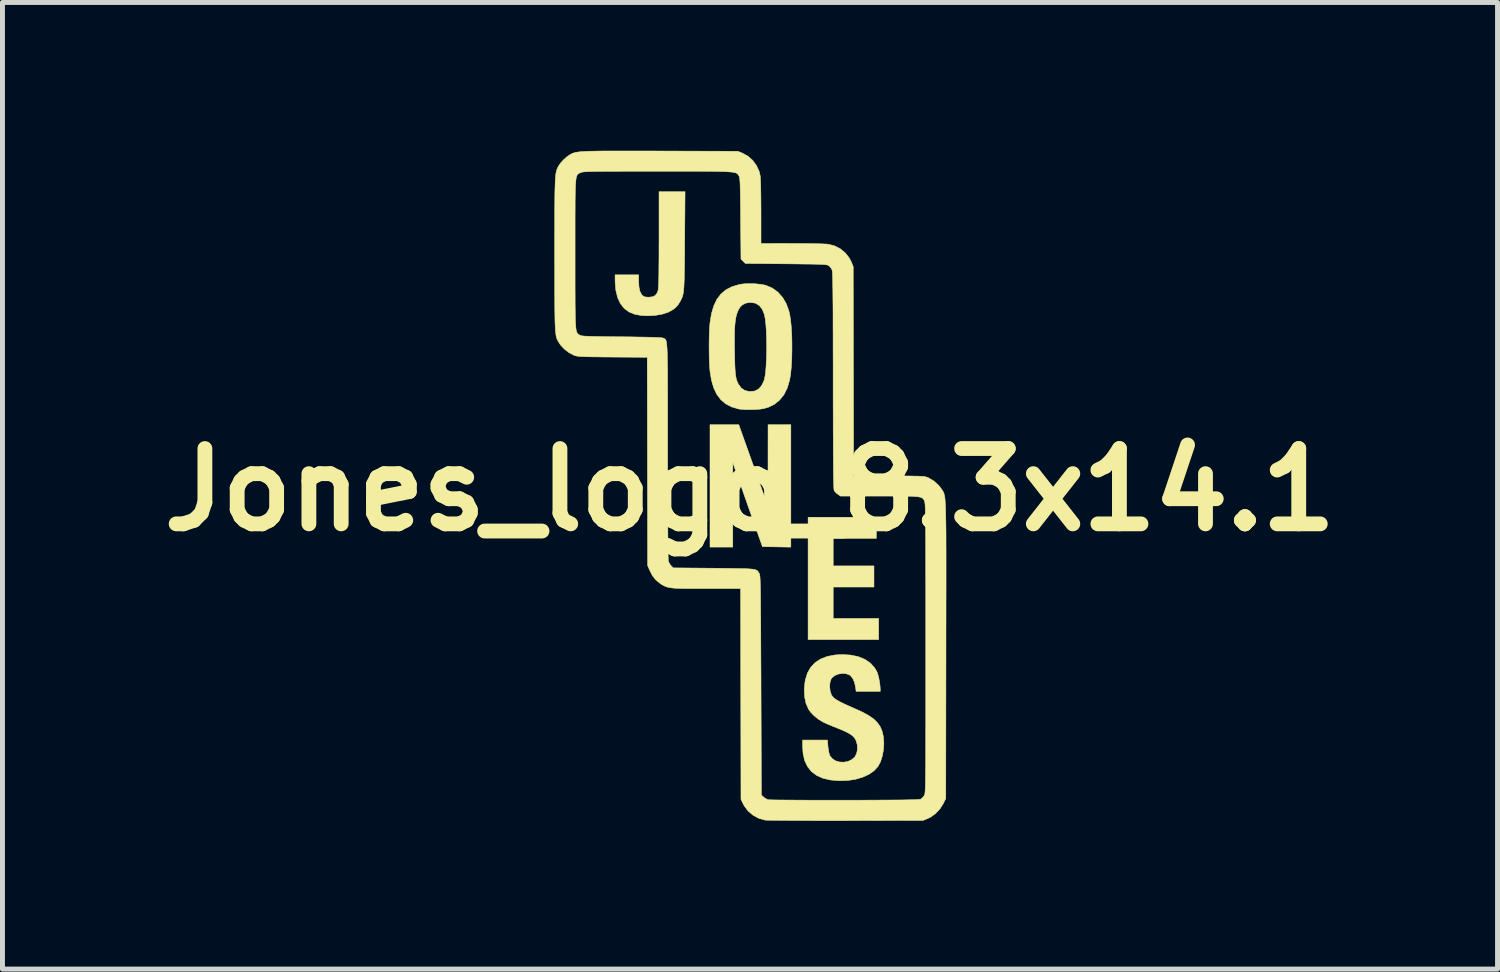
<source format=kicad_pcb>
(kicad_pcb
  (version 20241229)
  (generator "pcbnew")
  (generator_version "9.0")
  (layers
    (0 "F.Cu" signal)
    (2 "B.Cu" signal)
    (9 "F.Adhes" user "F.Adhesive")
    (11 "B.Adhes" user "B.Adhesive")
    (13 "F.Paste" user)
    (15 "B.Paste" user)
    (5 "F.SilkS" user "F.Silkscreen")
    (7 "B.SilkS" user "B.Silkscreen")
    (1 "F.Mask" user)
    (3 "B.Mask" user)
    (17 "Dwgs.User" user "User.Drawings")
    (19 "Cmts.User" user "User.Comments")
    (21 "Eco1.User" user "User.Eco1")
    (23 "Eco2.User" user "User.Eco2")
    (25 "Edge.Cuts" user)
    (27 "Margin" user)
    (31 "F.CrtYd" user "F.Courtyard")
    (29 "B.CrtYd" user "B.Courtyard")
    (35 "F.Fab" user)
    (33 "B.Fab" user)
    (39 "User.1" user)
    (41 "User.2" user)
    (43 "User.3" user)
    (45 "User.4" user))
  (footprint "Jones_logo_8.3x14.1"
    (layer "F.Cu")
    (at 12.127 6.861)
    (property "Reference" "Jones_logo_8.3x14.1" (at 0 0 0) (layer "F.SilkS") (effects (font (size 1.524 1.524) (thickness 0.3))))
    (attr through_hole)
    (fp_poly (pts (xy 2.556 0.984) (xy 1.683 0.984) (xy 1.683 1.54) (xy 2.508 1.54) (xy 2.508 1.968) (xy 1.683 1.968) (xy 1.683 2.603) (xy 2.603 2.603) (xy 2.603 3.032) (xy 1.175 3.032) (xy 1.175 0.556) (xy 2.556 0.556) (xy 2.556 0.984)) (stroke (width 0.01) (type solid)) (fill yes) (layer "F.SilkS"))
    (fp_poly (pts (xy 0.068 -0.488) (xy 0.364 0.341) (xy 0.364 -0.488) (xy 0.365 -1.318) (xy 0.826 -1.318) (xy 0.826 1.16) (xy 0.251 1.151) (xy -0.049 0.302) (xy -0.348 -0.548) (xy -0.349 0.306) (xy -0.349 1.159) (xy -0.81 1.159) (xy -0.81 -1.318) (xy -0.228 -1.318) (xy 0.068 -0.488)) (stroke (width 0.01) (type solid)) (fill yes) (layer "F.SilkS"))
    (fp_poly (pts (xy -1.322 -5.044) (xy -1.323 -4.833) (xy -1.325 -4.651) (xy -1.326 -4.496) (xy -1.329 -4.364) (xy -1.331 -4.255) (xy -1.335 -4.164) (xy -1.339 -4.09) (xy -1.344 -4.029) (xy -1.351 -3.98) (xy -1.359 -3.94) (xy -1.369 -3.906) (xy -1.381 -3.876) (xy -1.395 -3.847) (xy -1.41 -3.818) (xy -1.454 -3.746) (xy -1.502 -3.691) (xy -1.556 -3.648) (xy -1.653 -3.594) (xy -1.773 -3.555) (xy -1.912 -3.53) (xy -2.065 -3.521) (xy -2.192 -3.526) (xy -2.331 -3.55) (xy -2.449 -3.599) (xy -2.546 -3.671) (xy -2.623 -3.768) (xy -2.679 -3.889) (xy -2.715 -4.034) (xy -2.73 -4.203) (xy -2.73 -4.243) (xy -2.731 -4.35) (xy -2.254 -4.35) (xy -2.254 -4.23) (xy -2.248 -4.11) (xy -2.229 -4.018) (xy -2.196 -3.953) (xy -2.18 -3.934) (xy -2.149 -3.912) (xy -2.112 -3.901) (xy -2.055 -3.897) (xy -2.048 -3.897) (xy -1.97 -3.906) (xy -1.915 -3.935) (xy -1.877 -3.987) (xy -1.859 -4.041) (xy -1.855 -4.074) (xy -1.851 -4.138) (xy -1.848 -4.232) (xy -1.845 -4.358) (xy -1.844 -4.514) (xy -1.842 -4.702) (xy -1.842 -4.921) (xy -1.841 -5.071) (xy -1.841 -6.032) (xy -1.315 -6.032) (xy -1.322 -5.044)) (stroke (width 0.01) (type solid)) (fill yes) (layer "F.SilkS"))
    (fp_poly (pts (xy 0.111 -4.168) (xy 0.213 -4.158) (xy 0.298 -4.143) (xy 0.324 -4.136) (xy 0.453 -4.08) (xy 0.566 -3.997) (xy 0.66 -3.891) (xy 0.735 -3.762) (xy 0.788 -3.613) (xy 0.801 -3.558) (xy 0.82 -3.443) (xy 0.834 -3.303) (xy 0.844 -3.146) (xy 0.848 -2.978) (xy 0.848 -2.807) (xy 0.844 -2.639) (xy 0.835 -2.481) (xy 0.821 -2.34) (xy 0.802 -2.224) (xy 0.801 -2.22) (xy 0.755 -2.063) (xy 0.688 -1.928) (xy 0.601 -1.818) (xy 0.495 -1.731) (xy 0.369 -1.669) (xy 0.274 -1.643) (xy 0.202 -1.632) (xy 0.111 -1.625) (xy 0.011 -1.622) (xy -0.088 -1.623) (xy -0.174 -1.628) (xy -0.23 -1.635) (xy -0.37 -1.676) (xy -0.49 -1.738) (xy -0.59 -1.822) (xy -0.671 -1.93) (xy -0.735 -2.062) (xy -0.781 -2.22) (xy -0.81 -2.4) (xy -0.818 -2.493) (xy -0.824 -2.61) (xy -0.827 -2.743) (xy -0.828 -2.884) (xy -0.828 -2.95) (xy -0.315 -2.95) (xy -0.313 -2.798) (xy -0.31 -2.65) (xy -0.307 -2.529) (xy -0.302 -2.432) (xy -0.296 -2.355) (xy -0.288 -2.293) (xy -0.277 -2.242) (xy -0.263 -2.198) (xy -0.245 -2.157) (xy -0.234 -2.135) (xy -0.179 -2.06) (xy -0.107 -2.011) (xy -0.021 -1.989) (xy 0.075 -1.995) (xy 0.099 -2.001) (xy 0.171 -2.037) (xy 0.231 -2.102) (xy 0.277 -2.193) (xy 0.287 -2.223) (xy 0.303 -2.291) (xy 0.316 -2.386) (xy 0.325 -2.502) (xy 0.332 -2.633) (xy 0.336 -2.774) (xy 0.337 -2.919) (xy 0.335 -3.063) (xy 0.33 -3.201) (xy 0.322 -3.326) (xy 0.311 -3.434) (xy 0.297 -3.519) (xy 0.287 -3.556) (xy 0.246 -3.655) (xy 0.191 -3.725) (xy 0.122 -3.769) (xy 0.094 -3.779) (xy -0.000225 -3.791) (xy -0.086 -3.777) (xy -0.159 -3.739) (xy -0.204 -3.691) (xy -0.235 -3.641) (xy -0.259 -3.585) (xy -0.279 -3.521) (xy -0.294 -3.444) (xy -0.305 -3.352) (xy -0.312 -3.241) (xy -0.315 -3.108) (xy -0.315 -2.95) (xy -0.828 -2.95) (xy -0.827 -3.026) (xy -0.824 -3.16) (xy -0.819 -3.278) (xy -0.811 -3.374) (xy -0.81 -3.38) (xy -0.78 -3.564) (xy -0.734 -3.721) (xy -0.671 -3.853) (xy -0.589 -3.961) (xy -0.489 -4.046) (xy -0.368 -4.109) (xy -0.226 -4.152) (xy -0.18 -4.161) (xy -0.096 -4.17) (xy 0.005 -4.172) (xy 0.111 -4.168)) (stroke (width 0.01) (type solid)) (fill yes) (layer "F.SilkS"))
    (fp_poly (pts (xy 2.041 3.345) (xy 2.195 3.378) (xy 2.327 3.433) (xy 2.437 3.509) (xy 2.524 3.607) (xy 2.569 3.684) (xy 2.589 3.742) (xy 2.608 3.82) (xy 2.624 3.908) (xy 2.633 3.994) (xy 2.635 4.036) (xy 2.635 4.08) (xy 2.147 4.08) (xy 2.136 3.997) (xy 2.114 3.895) (xy 2.077 3.814) (xy 2.029 3.758) (xy 2.013 3.747) (xy 1.945 3.721) (xy 1.867 3.716) (xy 1.788 3.729) (xy 1.716 3.758) (xy 1.66 3.802) (xy 1.64 3.831) (xy 1.618 3.899) (xy 1.612 3.981) (xy 1.62 4.065) (xy 1.643 4.139) (xy 1.65 4.155) (xy 1.673 4.187) (xy 1.704 4.218) (xy 1.749 4.25) (xy 1.811 4.286) (xy 1.892 4.326) (xy 1.996 4.374) (xy 2.124 4.43) (xy 2.278 4.5) (xy 2.403 4.569) (xy 2.502 4.638) (xy 2.578 4.712) (xy 2.634 4.792) (xy 2.672 4.882) (xy 2.696 4.984) (xy 2.699 5) (xy 2.708 5.129) (xy 2.7 5.261) (xy 2.677 5.388) (xy 2.641 5.502) (xy 2.592 5.594) (xy 2.591 5.596) (xy 2.511 5.684) (xy 2.406 5.758) (xy 2.279 5.816) (xy 2.135 5.858) (xy 1.978 5.882) (xy 1.81 5.888) (xy 1.636 5.873) (xy 1.628 5.872) (xy 1.477 5.837) (xy 1.35 5.781) (xy 1.245 5.703) (xy 1.165 5.604) (xy 1.107 5.484) (xy 1.074 5.342) (xy 1.064 5.195) (xy 1.064 5.064) (xy 1.567 5.064) (xy 1.577 5.194) (xy 1.587 5.273) (xy 1.602 5.341) (xy 1.616 5.38) (xy 1.665 5.442) (xy 1.732 5.485) (xy 1.812 5.508) (xy 1.897 5.512) (xy 1.981 5.497) (xy 2.058 5.461) (xy 2.12 5.406) (xy 2.124 5.401) (xy 2.158 5.333) (xy 2.174 5.249) (xy 2.17 5.16) (xy 2.146 5.076) (xy 2.146 5.075) (xy 2.119 5.027) (xy 2.081 4.984) (xy 2.027 4.943) (xy 1.954 4.903) (xy 1.858 4.859) (xy 1.775 4.826) (xy 1.689 4.792) (xy 1.605 4.757) (xy 1.531 4.725) (xy 1.477 4.699) (xy 1.473 4.697) (xy 1.383 4.642) (xy 1.297 4.573) (xy 1.224 4.497) (xy 1.183 4.438) (xy 1.133 4.324) (xy 1.105 4.191) (xy 1.097 4.044) (xy 1.112 3.889) (xy 1.12 3.845) (xy 1.162 3.708) (xy 1.228 3.592) (xy 1.317 3.497) (xy 1.429 3.424) (xy 1.563 3.372) (xy 1.721 3.342) (xy 1.867 3.334) (xy 2.041 3.345)) (stroke (width 0.01) (type solid)) (fill yes) (layer "F.SilkS"))
    (fp_poly (pts (xy -2.334 -6.856) (xy -2.098 -6.856) (xy -1.832 -6.855) (xy -1.802 -6.855) (xy -0.246 -6.85) (xy -0.155 -6.813) (xy -0.042 -6.751) (xy 0.055 -6.665) (xy 0.132 -6.559) (xy 0.186 -6.44) (xy 0.207 -6.348) (xy 0.21 -6.31) (xy 0.213 -6.244) (xy 0.216 -6.154) (xy 0.218 -6.045) (xy 0.22 -5.921) (xy 0.221 -5.786) (xy 0.222 -5.644) (xy 0.222 -5.616) (xy 0.222 -4.985) (xy 0.853 -4.984) (xy 0.996 -4.984) (xy 1.133 -4.983) (xy 1.26 -4.981) (xy 1.372 -4.979) (xy 1.465 -4.976) (xy 1.536 -4.973) (xy 1.58 -4.97) (xy 1.585 -4.969) (xy 1.711 -4.936) (xy 1.827 -4.876) (xy 1.928 -4.793) (xy 2.008 -4.691) (xy 2.051 -4.608) (xy 2.088 -4.516) (xy 2.092 -2.402) (xy 2.096 -0.287) (xy 2.814 -0.282) (xy 2.984 -0.281) (xy 3.125 -0.28) (xy 3.24 -0.279) (xy 3.333 -0.277) (xy 3.406 -0.276) (xy 3.462 -0.273) (xy 3.505 -0.27) (xy 3.537 -0.266) (xy 3.562 -0.26) (xy 3.582 -0.254) (xy 3.601 -0.246) (xy 3.61 -0.242) (xy 3.724 -0.175) (xy 3.82 -0.087) (xy 3.871 -0.02) (xy 3.883 -0.002) (xy 3.893 0.013) (xy 3.903 0.028) (xy 3.912 0.044) (xy 3.92 0.062) (xy 3.927 0.083) (xy 3.934 0.109) (xy 3.94 0.142) (xy 3.945 0.182) (xy 3.949 0.231) (xy 3.953 0.29) (xy 3.956 0.361) (xy 3.959 0.445) (xy 3.961 0.543) (xy 3.963 0.657) (xy 3.965 0.788) (xy 3.966 0.937) (xy 3.966 1.107) (xy 3.967 1.297) (xy 3.967 1.51) (xy 3.967 1.747) (xy 3.967 2.009) (xy 3.966 2.298) (xy 3.966 2.615) (xy 3.965 2.961) (xy 3.965 3.248) (xy 3.961 6.247) (xy 3.909 6.353) (xy 3.842 6.459) (xy 3.754 6.552) (xy 3.653 6.624) (xy 3.592 6.654) (xy 3.5 6.691) (xy 1.937 6.694) (xy 1.715 6.694) (xy 1.501 6.694) (xy 1.297 6.694) (xy 1.106 6.693) (xy 0.929 6.692) (xy 0.77 6.691) (xy 0.63 6.69) (xy 0.511 6.689) (xy 0.416 6.687) (xy 0.347 6.686) (xy 0.307 6.684) (xy 0.298 6.683) (xy 0.173 6.646) (xy 0.058 6.583) (xy -0.041 6.498) (xy -0.118 6.395) (xy -0.14 6.353) (xy -0.183 6.263) (xy -0.191 2) (xy -0.878 2) (xy -1.057 2) (xy -1.207 2) (xy -1.331 1.998) (xy -1.433 1.996) (xy -1.516 1.992) (xy -1.583 1.986) (xy -1.637 1.977) (xy -1.681 1.967) (xy -1.719 1.953) (xy -1.753 1.936) (xy -1.788 1.916) (xy -1.818 1.896) (xy -1.906 1.824) (xy -1.976 1.736) (xy -2.031 1.628) (xy -2.072 1.532) (xy -2.076 -0.574) (xy -2.08 -2.681) (xy -2.782 -2.686) (xy -2.95 -2.687) (xy -3.089 -2.689) (xy -3.203 -2.69) (xy -3.294 -2.692) (xy -3.366 -2.694) (xy -3.422 -2.697) (xy -3.465 -2.7) (xy -3.498 -2.705) (xy -3.524 -2.71) (xy -3.547 -2.717) (xy -3.569 -2.725) (xy -3.575 -2.728) (xy -3.666 -2.776) (xy -3.755 -2.846) (xy -3.831 -2.926) (xy -3.868 -2.98) (xy -3.882 -3.003) (xy -3.894 -3.025) (xy -3.904 -3.048) (xy -3.914 -3.074) (xy -3.922 -3.105) (xy -3.928 -3.142) (xy -3.934 -3.189) (xy -3.939 -3.245) (xy -3.943 -3.315) (xy -3.946 -3.399) (xy -3.948 -3.5) (xy -3.95 -3.619) (xy -3.951 -3.758) (xy -3.952 -3.92) (xy -3.952 -4.107) (xy -3.952 -4.32) (xy -3.953 -4.561) (xy -3.953 -4.766) (xy -3.953 -5.029) (xy -3.953 -5.115) (xy -3.54 -5.115) (xy -3.54 -4.865) (xy -3.54 -4.774) (xy -3.54 -4.515) (xy -3.54 -4.286) (xy -3.54 -4.085) (xy -3.539 -3.909) (xy -3.539 -3.759) (xy -3.537 -3.63) (xy -3.536 -3.521) (xy -3.533 -3.432) (xy -3.53 -3.358) (xy -3.526 -3.3) (xy -3.521 -3.254) (xy -3.515 -3.219) (xy -3.507 -3.193) (xy -3.499 -3.174) (xy -3.489 -3.16) (xy -3.477 -3.15) (xy -3.464 -3.141) (xy -3.451 -3.133) (xy -3.439 -3.126) (xy -3.424 -3.121) (xy -3.402 -3.116) (xy -3.371 -3.112) (xy -3.328 -3.109) (xy -3.271 -3.106) (xy -3.196 -3.104) (xy -3.102 -3.102) (xy -2.985 -3.1) (xy -2.842 -3.098) (xy -2.672 -3.096) (xy -2.596 -3.096) (xy -2.403 -3.094) (xy -2.239 -3.091) (xy -2.103 -3.089) (xy -1.992 -3.086) (xy -1.905 -3.083) (xy -1.839 -3.08) (xy -1.793 -3.076) (xy -1.763 -3.072) (xy -1.75 -3.067) (xy -1.739 -3.061) (xy -1.728 -3.056) (xy -1.719 -3.049) (xy -1.71 -3.04) (xy -1.703 -3.027) (xy -1.696 -3.009) (xy -1.691 -2.983) (xy -1.686 -2.948) (xy -1.682 -2.903) (xy -1.678 -2.846) (xy -1.675 -2.776) (xy -1.673 -2.69) (xy -1.671 -2.588) (xy -1.669 -2.467) (xy -1.668 -2.327) (xy -1.668 -2.166) (xy -1.667 -1.981) (xy -1.667 -1.773) (xy -1.667 -1.538) (xy -1.667 -1.275) (xy -1.667 -0.983) (xy -1.667 -0.783) (xy -1.667 -0.449) (xy -1.666 -0.14) (xy -1.666 0.143) (xy -1.665 0.401) (xy -1.664 0.631) (xy -1.663 0.835) (xy -1.661 1.01) (xy -1.66 1.157) (xy -1.658 1.274) (xy -1.656 1.362) (xy -1.653 1.419) (xy -1.651 1.445) (xy -1.651 1.446) (xy -1.628 1.496) (xy -1.595 1.54) (xy -1.594 1.541) (xy -1.553 1.58) (xy -0.733 1.587) (xy -0.546 1.589) (xy -0.388 1.591) (xy -0.257 1.593) (xy -0.149 1.595) (xy -0.063 1.598) (xy 0.005 1.602) (xy 0.057 1.607) (xy 0.095 1.614) (xy 0.123 1.623) (xy 0.143 1.634) (xy 0.158 1.648) (xy 0.17 1.665) (xy 0.181 1.684) (xy 0.185 1.689) (xy 0.189 1.697) (xy 0.193 1.707) (xy 0.196 1.721) (xy 0.199 1.74) (xy 0.202 1.767) (xy 0.204 1.802) (xy 0.206 1.847) (xy 0.208 1.904) (xy 0.21 1.974) (xy 0.212 2.059) (xy 0.213 2.161) (xy 0.214 2.28) (xy 0.215 2.42) (xy 0.216 2.58) (xy 0.217 2.764) (xy 0.218 2.972) (xy 0.219 3.206) (xy 0.22 3.467) (xy 0.222 3.758) (xy 0.222 3.956) (xy 0.23 6.175) (xy 0.272 6.216) (xy 0.316 6.249) (xy 0.365 6.27) (xy 0.367 6.271) (xy 0.39 6.273) (xy 0.443 6.274) (xy 0.523 6.276) (xy 0.628 6.277) (xy 0.756 6.278) (xy 0.903 6.279) (xy 1.069 6.28) (xy 1.25 6.281) (xy 1.445 6.281) (xy 1.651 6.281) (xy 1.866 6.281) (xy 1.921 6.281) (xy 2.182 6.281) (xy 2.413 6.28) (xy 2.616 6.279) (xy 2.792 6.278) (xy 2.943 6.277) (xy 3.071 6.276) (xy 3.177 6.274) (xy 3.263 6.272) (xy 3.332 6.27) (xy 3.383 6.268) (xy 3.42 6.265) (xy 3.444 6.262) (xy 3.457 6.258) (xy 3.458 6.258) (xy 3.491 6.23) (xy 3.523 6.19) (xy 3.525 6.186) (xy 3.529 6.18) (xy 3.532 6.171) (xy 3.535 6.16) (xy 3.538 6.145) (xy 3.541 6.124) (xy 3.543 6.096) (xy 3.545 6.06) (xy 3.547 6.015) (xy 3.549 5.958) (xy 3.55 5.888) (xy 3.551 5.805) (xy 3.552 5.707) (xy 3.553 5.592) (xy 3.554 5.459) (xy 3.554 5.307) (xy 3.555 5.134) (xy 3.555 4.939) (xy 3.556 4.72) (xy 3.556 4.477) (xy 3.556 4.208) (xy 3.556 3.911) (xy 3.556 3.585) (xy 3.556 3.229) (xy 3.556 3.209) (xy 3.556 2.849) (xy 3.556 2.519) (xy 3.556 2.218) (xy 3.556 1.944) (xy 3.555 1.697) (xy 3.555 1.475) (xy 3.554 1.277) (xy 3.554 1.101) (xy 3.553 0.946) (xy 3.552 0.811) (xy 3.551 0.694) (xy 3.55 0.593) (xy 3.549 0.509) (xy 3.547 0.438) (xy 3.546 0.381) (xy 3.544 0.335) (xy 3.542 0.299) (xy 3.539 0.272) (xy 3.537 0.252) (xy 3.534 0.239) (xy 3.531 0.23) (xy 3.52 0.208) (xy 3.509 0.189) (xy 3.494 0.173) (xy 3.473 0.16) (xy 3.444 0.15) (xy 3.404 0.142) (xy 3.349 0.137) (xy 3.279 0.132) (xy 3.19 0.13) (xy 3.079 0.128) (xy 2.943 0.127) (xy 2.781 0.127) (xy 2.615 0.127) (xy 1.83 0.127) (xy 1.777 0.091) (xy 1.736 0.057) (xy 1.706 0.021) (xy 1.703 0.015) (xy 1.7 0.003) (xy 1.697 -0.021) (xy 1.695 -0.061) (xy 1.693 -0.115) (xy 1.691 -0.186) (xy 1.689 -0.276) (xy 1.688 -0.385) (xy 1.687 -0.515) (xy 1.686 -0.666) (xy 1.685 -0.842) (xy 1.684 -1.042) (xy 1.683 -1.268) (xy 1.683 -1.521) (xy 1.682 -1.804) (xy 1.682 -2.116) (xy 1.682 -2.207) (xy 1.682 -2.534) (xy 1.681 -2.831) (xy 1.681 -3.098) (xy 1.68 -3.337) (xy 1.68 -3.549) (xy 1.679 -3.735) (xy 1.677 -3.897) (xy 1.676 -4.035) (xy 1.674 -4.151) (xy 1.673 -4.246) (xy 1.671 -4.321) (xy 1.668 -4.377) (xy 1.666 -4.416) (xy 1.663 -4.439) (xy 1.662 -4.444) (xy 1.636 -4.491) (xy 1.599 -4.531) (xy 1.598 -4.531) (xy 1.588 -4.538) (xy 1.575 -4.544) (xy 1.558 -4.55) (xy 1.534 -4.554) (xy 1.5 -4.558) (xy 1.454 -4.56) (xy 1.393 -4.563) (xy 1.314 -4.565) (xy 1.214 -4.567) (xy 1.091 -4.568) (xy 0.942 -4.57) (xy 0.765 -4.572) (xy 0.729 -4.572) (xy -0.095 -4.58) (xy -0.139 -4.624) (xy -0.183 -4.668) (xy -0.191 -5.49) (xy -0.192 -5.673) (xy -0.194 -5.828) (xy -0.196 -5.956) (xy -0.198 -6.06) (xy -0.2 -6.143) (xy -0.202 -6.208) (xy -0.205 -6.257) (xy -0.209 -6.294) (xy -0.213 -6.319) (xy -0.218 -6.338) (xy -0.224 -6.351) (xy -0.227 -6.356) (xy -0.237 -6.371) (xy -0.246 -6.384) (xy -0.256 -6.395) (xy -0.271 -6.405) (xy -0.29 -6.413) (xy -0.317 -6.42) (xy -0.353 -6.426) (xy -0.399 -6.431) (xy -0.459 -6.435) (xy -0.534 -6.439) (xy -0.626 -6.441) (xy -0.736 -6.443) (xy -0.866 -6.444) (xy -1.02 -6.445) (xy -1.197 -6.445) (xy -1.401 -6.445) (xy -1.633 -6.445) (xy -1.869 -6.445) (xy -2.122 -6.445) (xy -2.346 -6.445) (xy -2.541 -6.445) (xy -2.711 -6.444) (xy -2.857 -6.444) (xy -2.98 -6.443) (xy -3.084 -6.442) (xy -3.169 -6.441) (xy -3.238 -6.439) (xy -3.293 -6.437) (xy -3.336 -6.435) (xy -3.368 -6.432) (xy -3.392 -6.429) (xy -3.41 -6.425) (xy -3.422 -6.42) (xy -3.429 -6.417) (xy -3.447 -6.409) (xy -3.463 -6.401) (xy -3.477 -6.393) (xy -3.49 -6.381) (xy -3.5 -6.365) (xy -3.509 -6.342) (xy -3.517 -6.311) (xy -3.523 -6.269) (xy -3.528 -6.215) (xy -3.532 -6.147) (xy -3.535 -6.063) (xy -3.537 -5.96) (xy -3.539 -5.838) (xy -3.539 -5.695) (xy -3.54 -5.527) (xy -3.54 -5.335) (xy -3.54 -5.115) (xy -3.953 -5.115) (xy -3.953 -5.263) (xy -3.952 -5.469) (xy -3.952 -5.649) (xy -3.951 -5.805) (xy -3.95 -5.939) (xy -3.948 -6.053) (xy -3.945 -6.15) (xy -3.942 -6.23) (xy -3.939 -6.296) (xy -3.934 -6.351) (xy -3.929 -6.395) (xy -3.922 -6.431) (xy -3.915 -6.461) (xy -3.906 -6.486) (xy -3.896 -6.51) (xy -3.885 -6.533) (xy -3.881 -6.541) (xy -3.838 -6.607) (xy -3.775 -6.676) (xy -3.704 -6.74) (xy -3.633 -6.788) (xy -3.624 -6.792) (xy -3.602 -6.803) (xy -3.579 -6.812) (xy -3.554 -6.821) (xy -3.523 -6.828) (xy -3.486 -6.834) (xy -3.441 -6.84) (xy -3.385 -6.844) (xy -3.317 -6.848) (xy -3.235 -6.851) (xy -3.136 -6.853) (xy -3.02 -6.855) (xy -2.883 -6.856) (xy -2.724 -6.856) (xy -2.542 -6.856) (xy -2.334 -6.856)) (stroke (width 0.01) (type solid)) (fill yes) (layer "F.SilkS")))
  (gr_rect
    (start -3 -3)
    (end 27.253 16.56)
    (stroke (width 0.1) (type default))
    (fill no)
    (layer "Edge.Cuts")))
</source>
